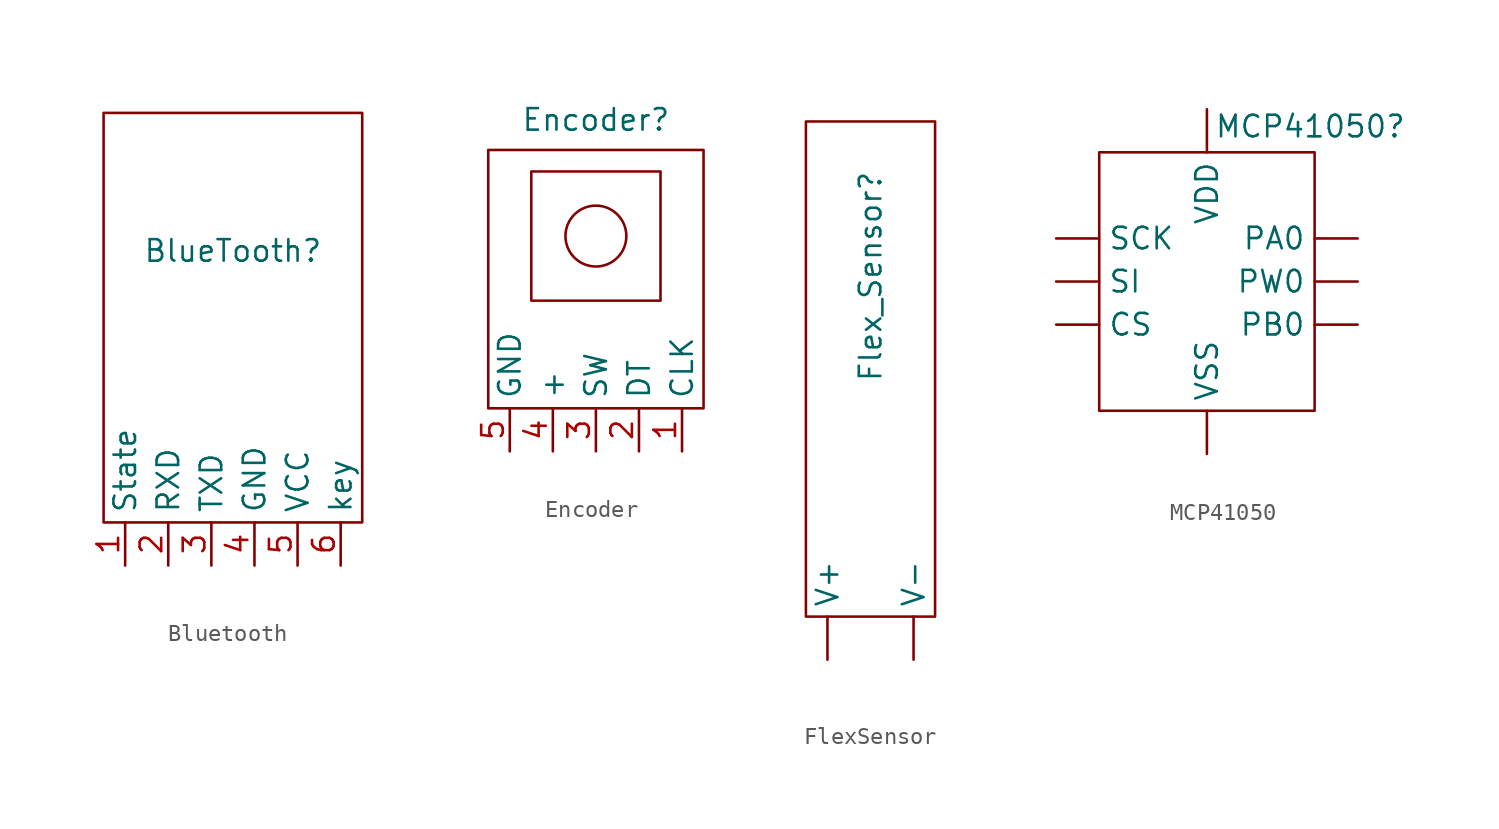
<source format=kicad_sym>
(kicad_symbol_lib
  (version 20241209)
  (generator "kicad_symbol_editor")
  (generator_version "9.0")
  (symbol "Bluetooth"
    (property "Reference" "BlueTooth"
      (at 0 13.462 0)
      (effects (font (size 1.27 1.27))))
    (property "Value" ""
      (at 0 0 0)
      (effects (font (size 1.27 1.27))))
    (symbol "Bluetooth_0_1"
      (rectangle (start -7.62 21.59) (end 7.62 -2.54) (stroke (width 0) (type default)) (fill (type none))))
    (symbol "Bluetooth_1_1"
      (pin input line (at -6.35 -5.08 90) (length 2.54) (name "State" (effects (font (size 1.27 1.27)))) (number "1" (effects (font (size 1.27 1.27)))))
      (pin input line (at -3.81 -5.08 90) (length 2.54) (name "RXD" (effects (font (size 1.27 1.27)))) (number "2" (effects (font (size 1.27 1.27)))))
      (pin input line (at -1.27 -5.08 90) (length 2.54) (name "TXD" (effects (font (size 1.27 1.27)))) (number "3" (effects (font (size 1.27 1.27)))))
      (pin input line (at 1.27 -5.08 90) (length 2.54) (name "GND" (effects (font (size 1.27 1.27)))) (number "4" (effects (font (size 1.27 1.27)))))
      (pin input line (at 3.81 -5.08 90) (length 2.54) (name "VCC" (effects (font (size 1.27 1.27)))) (number "5" (effects (font (size 1.27 1.27)))))
      (pin input line (at 6.35 -5.08 90) (length 2.54) (name "key" (effects (font (size 1.27 1.27)))) (number "6" (effects (font (size 1.27 1.27)))))))
  (symbol "Encoder"
    (property "Reference" "Encoder"
      (at 0 17.018 0)
      (effects (font (size 1.27 1.27))))
    (property "Value" ""
      (at 0 0 0)
      (effects (font (size 1.27 1.27))))
    (symbol "Encoder_0_1"
      (rectangle (start -6.35 15.24) (end 6.35 0) (stroke (width 0) (type default)) (fill (type none)))
      (rectangle (start -3.81 13.97) (end 3.81 6.35) (stroke (width 0) (type default)) (fill (type none)))
      (circle (center 0 10.16) (radius 1.796) (stroke (width 0) (type default)) (fill (type none))))
    (symbol "Encoder_1_1"
      (pin input line (at -5.08 -2.54 90) (length 2.54) (name "GND" (effects (font (size 1.27 1.27)))) (number "5" (effects (font (size 1.27 1.27)))))
      (pin input line (at -2.54 -2.54 90) (length 2.54) (name "+" (effects (font (size 1.27 1.27)))) (number "4" (effects (font (size 1.27 1.27)))))
      (pin input line (at 0 -2.54 90) (length 2.54) (name "SW" (effects (font (size 1.27 1.27)))) (number "3" (effects (font (size 1.27 1.27)))))
      (pin input line (at 2.54 -2.54 90) (length 2.54) (name "DT" (effects (font (size 1.27 1.27)))) (number "2" (effects (font (size 1.27 1.27)))))
      (pin input line (at 5.08 -2.54 90) (length 2.54) (name "CLK" (effects (font (size 1.27 1.27)))) (number "1" (effects (font (size 1.27 1.27)))))))
  (symbol "FlexSensor"
    (property "Reference" "Flex_Sensor"
      (at 0 14.986 90)
      (effects (font (size 1.27 1.27))))
    (property "Value" ""
      (at 0 0 0)
      (effects (font (size 1.27 1.27))))
    (symbol "FlexSensor_0_1"
      (rectangle (start -3.81 -5.08) (end 3.81 24.13) (stroke (width 0) (type default)) (fill (type none))))
    (symbol "FlexSensor_1_1"
      (pin input line (at -2.54 -7.62 90) (length 2.54) (name "V+" (effects (font (size 1.27 1.27)))) (number "" (effects (font (size 1.27 1.27)))))
      (pin input line (at 2.54 -7.62 90) (length 2.54) (name "V-" (effects (font (size 1.27 1.27)))) (number "" (effects (font (size 1.27 1.27)))))))
  (symbol "MCP41050"
    (property "Reference" "MCP41050"
      (at 6.096 9.144 0)
      (effects (font (size 1.27 1.27))))
    (property "Value" ""
      (at 0 0 0)
      (effects (font (size 1.27 1.27))))
    (symbol "MCP41050_0_1"
      (rectangle (start -6.35 7.62) (end 6.35 -7.62) (stroke (width 0) (type default)) (fill (type none))))
    (symbol "MCP41050_1_1"
      (pin input line (at -8.89 2.54 0) (length 2.54) (name "SCK" (effects (font (size 1.27 1.27)))) (number "" (effects (font (size 1.27 1.27)))))
      (pin input line (at -8.89 0 0) (length 2.54) (name "SI" (effects (font (size 1.27 1.27)))) (number "" (effects (font (size 1.27 1.27)))))
      (pin input line (at -8.89 -2.54 0) (length 2.54) (name "CS" (effects (font (size 1.27 1.27)))) (number "" (effects (font (size 1.27 1.27)))))
      (pin input line (at 0 10.16 270) (length 2.54) (name "VDD" (effects (font (size 1.27 1.27)))) (number "" (effects (font (size 1.27 1.27)))))
      (pin input line (at 0 -10.16 90) (length 2.54) (name "VSS" (effects (font (size 1.27 1.27)))) (number "" (effects (font (size 1.27 1.27)))))
      (pin input line (at 8.89 2.54 180) (length 2.54) (name "PA0" (effects (font (size 1.27 1.27)))) (number "" (effects (font (size 1.27 1.27)))))
      (pin input line (at 8.89 0 180) (length 2.54) (name "PW0" (effects (font (size 1.27 1.27)))) (number "" (effects (font (size 1.27 1.27)))))
      (pin input line (at 8.89 -2.54 180) (length 2.54) (name "PB0" (effects (font (size 1.27 1.27)))) (number "" (effects (font (size 1.27 1.27))))))))
</source>
